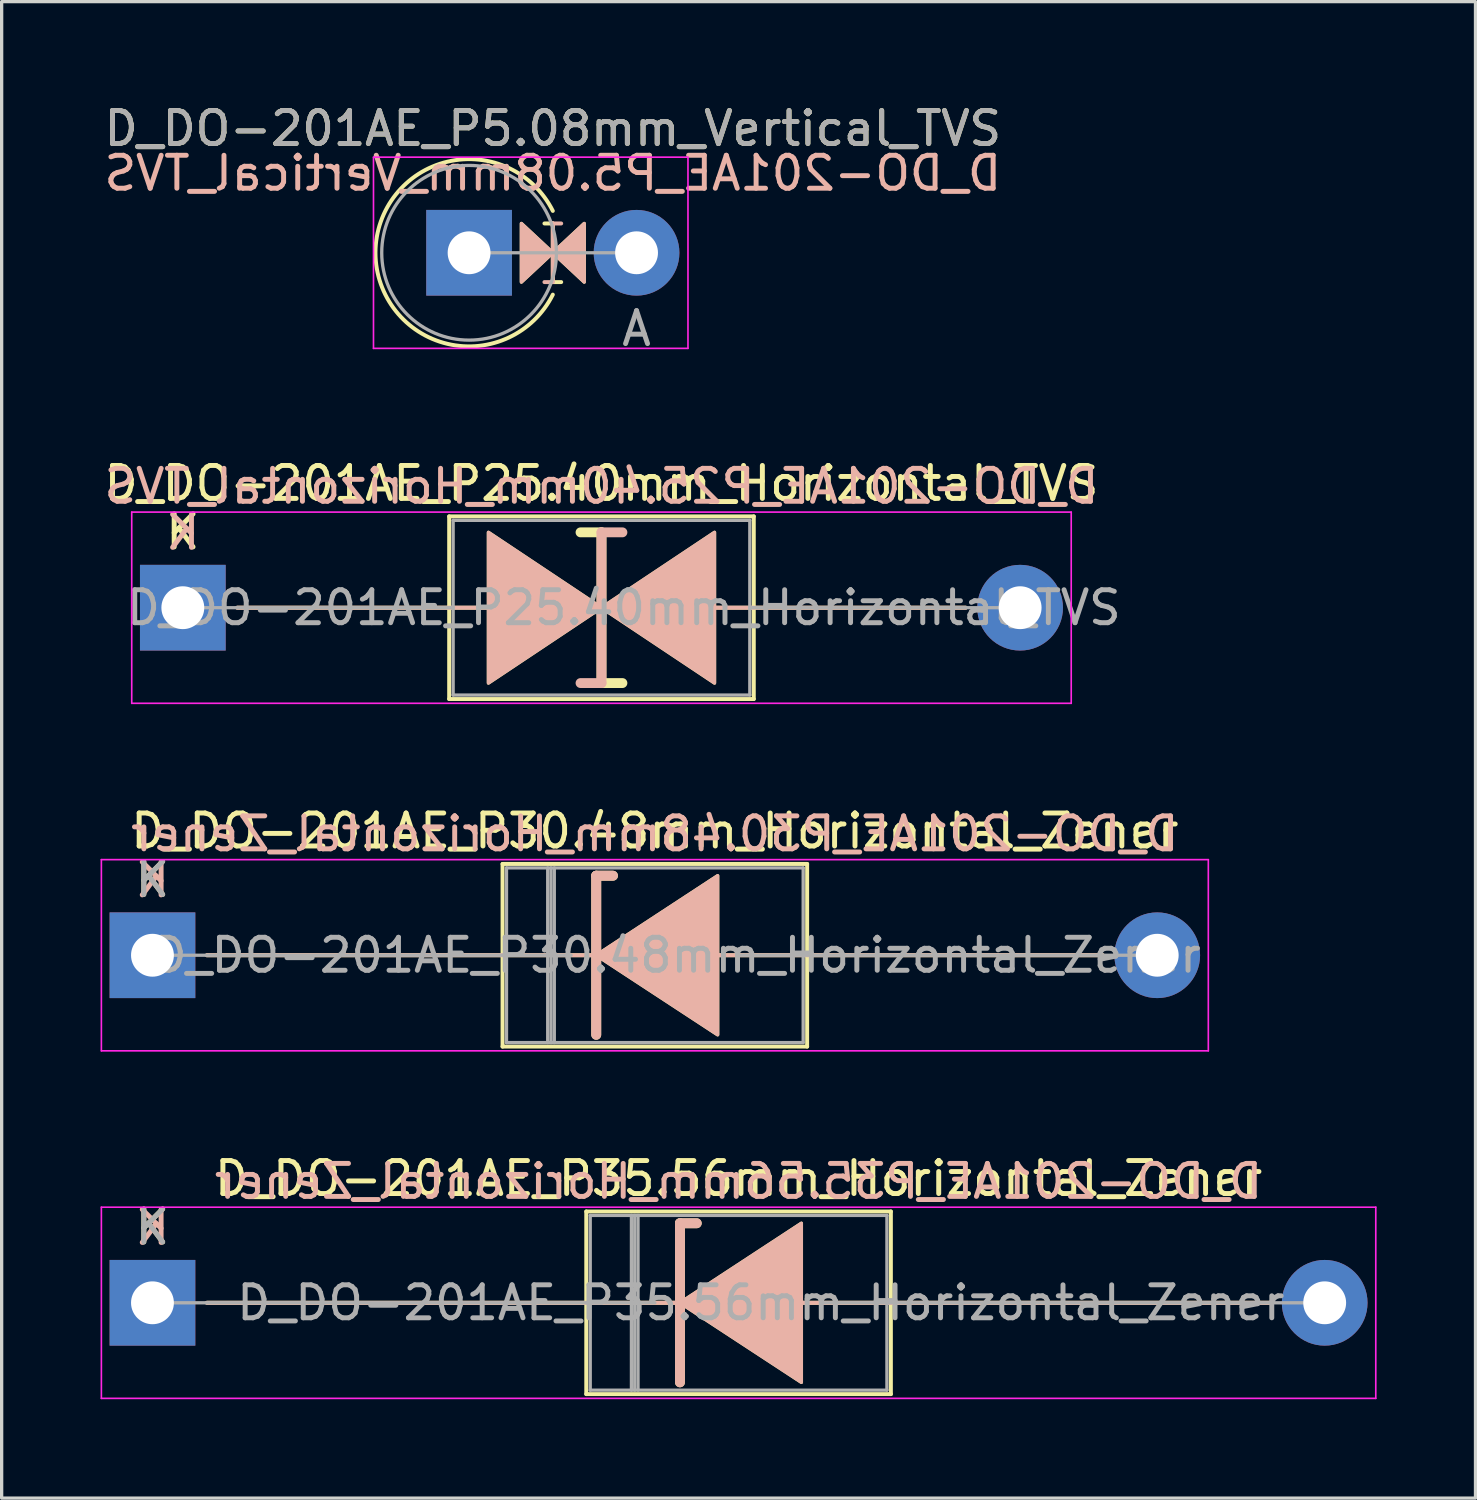
<source format=kicad_pcb>
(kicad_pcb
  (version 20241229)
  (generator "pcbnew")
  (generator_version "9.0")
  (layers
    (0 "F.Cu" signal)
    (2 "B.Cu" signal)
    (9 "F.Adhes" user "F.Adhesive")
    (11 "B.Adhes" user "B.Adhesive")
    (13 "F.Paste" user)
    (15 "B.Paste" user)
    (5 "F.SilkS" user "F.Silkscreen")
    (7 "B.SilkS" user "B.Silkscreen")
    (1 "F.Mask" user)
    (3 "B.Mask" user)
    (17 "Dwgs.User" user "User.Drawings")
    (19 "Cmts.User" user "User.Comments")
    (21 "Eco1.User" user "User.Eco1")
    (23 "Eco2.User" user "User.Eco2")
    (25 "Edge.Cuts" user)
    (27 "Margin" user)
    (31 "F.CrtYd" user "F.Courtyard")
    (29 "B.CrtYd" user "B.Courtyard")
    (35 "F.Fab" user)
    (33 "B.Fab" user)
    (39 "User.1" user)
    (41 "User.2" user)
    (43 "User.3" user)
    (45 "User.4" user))
  (footprint "D_DO-201AE_P25.40mm_Horizontal_TVS"
    (layer "F.Cu")
    (at 2.496 15.385)
    (property "Reference" "D_DO-201AE_P25.40mm_Horizontal_TVS" (at 12.7 -3.77 0) (layer "F.SilkS") (effects (font (size 1 1) (thickness 0.15))))
    (fp_line (start 1.651 0) (end 8.08 0) (stroke (width 0.12) (type solid)) (layer "F.SilkS"))
    (fp_line (start 8.08 -2.77) (end 8.08 2.77) (stroke (width 0.12) (type solid)) (layer "F.SilkS"))
    (fp_line (start 8.08 0) (end 9.271 0) (stroke (width 0.12) (type solid)) (layer "F.SilkS"))
    (fp_line (start 8.08 2.77) (end 17.32 2.77) (stroke (width 0.12) (type solid)) (layer "F.SilkS"))
    (fp_line (start 12.7 -2.286) (end 12.065 -2.286) (stroke (width 0.3) (type solid)) (layer "F.SilkS"))
    (fp_line (start 12.7 2.286) (end 12.7 -2.286) (stroke (width 0.3) (type solid)) (layer "F.SilkS"))
    (fp_line (start 13.335 2.286) (end 12.7 2.286) (stroke (width 0.3) (type solid)) (layer "F.SilkS"))
    (fp_line (start 16.129 0) (end 17.32 0) (stroke (width 0.12) (type solid)) (layer "F.SilkS"))
    (fp_line (start 17.32 -2.77) (end 8.08 -2.77) (stroke (width 0.12) (type solid)) (layer "F.SilkS"))
    (fp_line (start 17.32 2.77) (end 17.32 -2.77) (stroke (width 0.12) (type solid)) (layer "F.SilkS"))
    (fp_line (start 23.749 0) (end 17.32 0) (stroke (width 0.12) (type solid)) (layer "F.SilkS"))
    (fp_poly (pts (xy 12.7 0) (xy 9.271 2.286) (xy 9.271 -2.286)) (stroke (width 0.1) (type solid)) (fill yes) (layer "F.SilkS"))
    (fp_poly (pts (xy 12.7 0) (xy 16.129 -2.286) (xy 16.129 2.286)) (stroke (width 0.1) (type solid)) (fill yes) (layer "F.SilkS"))
    (fp_line (start 1.651 0) (end 8.08 0) (stroke (width 0.12) (type solid)) (layer "B.SilkS"))
    (fp_line (start 8.08 0) (end 9.271 0) (stroke (width 0.12) (type solid)) (layer "B.SilkS"))
    (fp_line (start 12.7 -2.286) (end 12.7 2.286) (stroke (width 0.3) (type solid)) (layer "B.SilkS"))
    (fp_line (start 12.7 2.286) (end 12.065 2.286) (stroke (width 0.3) (type solid)) (layer "B.SilkS"))
    (fp_line (start 13.335 -2.286) (end 12.7 -2.286) (stroke (width 0.3) (type solid)) (layer "B.SilkS"))
    (fp_line (start 16.129 0) (end 17.32 0) (stroke (width 0.12) (type solid)) (layer "B.SilkS"))
    (fp_line (start 23.749 0) (end 17.32 0) (stroke (width 0.12) (type solid)) (layer "B.SilkS"))
    (fp_poly (pts (xy 12.7 0) (xy 9.271 -2.286) (xy 9.271 2.286)) (stroke (width 0.1) (type solid)) (fill yes) (layer "B.SilkS"))
    (fp_poly (pts (xy 12.7 0) (xy 16.129 2.286) (xy 16.129 -2.286)) (stroke (width 0.1) (type solid)) (fill yes) (layer "B.SilkS"))
    (fp_line (start -1.55 -2.9) (end -1.55 2.9) (stroke (width 0.05) (type solid)) (layer "F.CrtYd"))
    (fp_line (start -1.55 2.9) (end 26.95 2.9) (stroke (width 0.05) (type solid)) (layer "F.CrtYd"))
    (fp_line (start 26.95 -2.9) (end -1.55 -2.9) (stroke (width 0.05) (type solid)) (layer "F.CrtYd"))
    (fp_line (start 26.95 2.9) (end 26.95 -2.9) (stroke (width 0.05) (type solid)) (layer "F.CrtYd"))
    (fp_line (start 0 0) (end 8.2 0) (stroke (width 0.1) (type solid)) (layer "F.Fab"))
    (fp_line (start 8.2 -2.65) (end 8.2 2.65) (stroke (width 0.1) (type solid)) (layer "F.Fab"))
    (fp_line (start 8.2 2.65) (end 17.2 2.65) (stroke (width 0.1) (type solid)) (layer "F.Fab"))
    (fp_line (start 17.2 -2.65) (end 8.2 -2.65) (stroke (width 0.1) (type solid)) (layer "F.Fab"))
    (fp_line (start 17.2 2.65) (end 17.2 -2.65) (stroke (width 0.1) (type solid)) (layer "F.Fab"))
    (fp_line (start 25.4 0) (end 17.2 0) (stroke (width 0.1) (type solid)) (layer "F.Fab"))
    (fp_text user "K" (at 0 -2.3 0) (layer "F.SilkS") (effects (font (size 1 1) (thickness 0.15))))
    (fp_text user "${REFERENCE}" (at 12.7 -3.683 0) (layer "B.SilkS") (effects (font (size 1 1) (thickness 0.15)) (justify mirror)))
    (fp_text user "K" (at 0 -2.286 0) (layer "B.SilkS") (effects (font (size 1 1) (thickness 0.15)) (justify mirror)))
    (fp_text user "${REFERENCE}" (at 13.375 0 0) (layer "F.Fab") (effects (font (size 1 1) (thickness 0.15))))
    (pad "1" thru_hole rect (at 0 0) (size 2.6 2.6) (drill 1.3) (layers "*.Cu" "*.Mask"))
    (pad "2" thru_hole oval (at 25.4 0) (size 2.6 2.6) (drill 1.3) (layers "*.Cu" "*.Mask")))
  (footprint "D_DO-201AE_P30.48mm_Horizontal_Zener"
    (layer "F.Cu")
    (at 1.575 25.928)
    (property "Reference" "D_DO-201AE_P30.48mm_Horizontal_Zener" (at 15.24 -3.77 0) (layer "F.SilkS") (effects (font (size 1 1) (thickness 0.15))))
    (fp_line (start 1.651 0) (end 10.62 0) (stroke (width 0.12) (type solid)) (layer "F.SilkS"))
    (fp_line (start 10.62 -2.77) (end 10.62 2.77) (stroke (width 0.12) (type solid)) (layer "F.SilkS"))
    (fp_line (start 10.62 2.77) (end 19.86 2.77) (stroke (width 0.12) (type solid)) (layer "F.SilkS"))
    (fp_line (start 13.462 -2.413) (end 13.462 2.413) (stroke (width 0.3) (type solid)) (layer "F.SilkS"))
    (fp_line (start 13.462 -2.413) (end 13.97 -2.413) (stroke (width 0.3) (type solid)) (layer "F.SilkS"))
    (fp_line (start 13.589 0) (end 10.62 0) (stroke (width 0.12) (type solid)) (layer "F.SilkS"))
    (fp_line (start 17.145 0) (end 19.86 0) (stroke (width 0.12) (type solid)) (layer "F.SilkS"))
    (fp_line (start 19.86 -2.77) (end 10.62 -2.77) (stroke (width 0.12) (type solid)) (layer "F.SilkS"))
    (fp_line (start 19.86 2.77) (end 19.86 -2.77) (stroke (width 0.12) (type solid)) (layer "F.SilkS"))
    (fp_line (start 28.829 0) (end 19.86 0) (stroke (width 0.12) (type solid)) (layer "F.SilkS"))
    (fp_poly (pts (xy 17.145 2.413) (xy 13.462 0) (xy 17.145 -2.413)) (stroke (width 0.1) (type solid)) (fill yes) (layer "F.SilkS"))
    (fp_line (start 1.651 0) (end 10.62 0) (stroke (width 0.12) (type solid)) (layer "B.SilkS"))
    (fp_line (start 13.462 -2.413) (end 13.97 -2.413) (stroke (width 0.3) (type solid)) (layer "B.SilkS"))
    (fp_line (start 13.462 2.413) (end 13.462 -2.413) (stroke (width 0.3) (type solid)) (layer "B.SilkS"))
    (fp_line (start 13.589 0) (end 10.62 0) (stroke (width 0.12) (type solid)) (layer "B.SilkS"))
    (fp_line (start 17.145 0) (end 19.86 0) (stroke (width 0.12) (type solid)) (layer "B.SilkS"))
    (fp_line (start 28.829 0) (end 19.86 0) (stroke (width 0.12) (type solid)) (layer "B.SilkS"))
    (fp_poly (pts (xy 17.145 -2.413) (xy 13.462 0) (xy 17.145 2.413)) (stroke (width 0.1) (type solid)) (fill yes) (layer "B.SilkS"))
    (fp_line (start -1.55 -2.9) (end -1.55 2.9) (stroke (width 0.05) (type solid)) (layer "F.CrtYd"))
    (fp_line (start -1.55 2.9) (end 32.03 2.9) (stroke (width 0.05) (type solid)) (layer "F.CrtYd"))
    (fp_line (start 32.03 -2.9) (end -1.55 -2.9) (stroke (width 0.05) (type solid)) (layer "F.CrtYd"))
    (fp_line (start 32.03 2.9) (end 32.03 -2.9) (stroke (width 0.05) (type solid)) (layer "F.CrtYd"))
    (fp_line (start 0 0) (end 12.7 0) (stroke (width 0.1) (type solid)) (layer "F.Fab"))
    (fp_line (start 10.74 -2.65) (end 10.74 2.65) (stroke (width 0.1) (type solid)) (layer "F.Fab"))
    (fp_line (start 10.74 2.65) (end 19.74 2.65) (stroke (width 0.1) (type solid)) (layer "F.Fab"))
    (fp_line (start 11.99 -2.65) (end 11.99 2.65) (stroke (width 0.1) (type solid)) (layer "F.Fab"))
    (fp_line (start 12.09 -2.65) (end 12.09 2.65) (stroke (width 0.1) (type solid)) (layer "F.Fab"))
    (fp_line (start 12.19 -2.65) (end 12.19 2.65) (stroke (width 0.1) (type solid)) (layer "F.Fab"))
    (fp_line (start 19.74 -2.65) (end 10.74 -2.65) (stroke (width 0.1) (type solid)) (layer "F.Fab"))
    (fp_line (start 19.74 2.65) (end 19.74 -2.65) (stroke (width 0.1) (type solid)) (layer "F.Fab"))
    (fp_line (start 30.48 0) (end 17.78 0) (stroke (width 0.1) (type solid)) (layer "F.Fab"))
    (fp_text user "K" (at 0 -2.3 0) (layer "F.SilkS") (effects (font (size 1 1) (thickness 0.15))))
    (fp_text user "K" (at 0 -2.286 0) (layer "B.SilkS") (effects (font (size 1 1) (thickness 0.15)) (justify mirror)))
    (fp_text user "${REFERENCE}" (at 15.24 -3.683 0) (layer "B.SilkS") (effects (font (size 1 1) (thickness 0.15)) (justify mirror)))
    (fp_text user "K" (at 0 -2.3 0) (layer "F.Fab") (effects (font (size 1 1) (thickness 0.15))))
    (fp_text user "${REFERENCE}" (at 15.915 0 0) (layer "F.Fab") (effects (font (size 1 1) (thickness 0.15))))
    (pad "1" thru_hole rect (at 0 0) (size 2.6 2.6) (drill 1.3) (layers "*.Cu" "*.Mask"))
    (pad "2" thru_hole oval (at 30.48 0) (size 2.6 2.6) (drill 1.3) (layers "*.Cu" "*.Mask")))
  (footprint "D_DO-201AE_P5.08mm_Vertical_TVS"
    (layer "F.Cu")
    (at 11.18 4.618)
    (property "Reference" "D_DO-201AE_P5.08mm_Vertical_TVS" (at 2.54 -3.77 0) (layer "F.SilkS") (effects (font (size 1 1) (thickness 0.15))))
    (fp_line (start 2.54 -0.889) (end 2.286 -0.889) (stroke (width 0.12) (type solid)) (layer "F.SilkS"))
    (fp_line (start 2.54 -0.889) (end 2.54 0.889) (stroke (width 0.12) (type solid)) (layer "F.SilkS"))
    (fp_line (start 2.54 0.889) (end 2.794 0.889) (stroke (width 0.12) (type solid)) (layer "F.SilkS"))
    (fp_arc (start 2.539999 1.27) (mid -2.839805 0) (end 2.539999 -1.269999) (stroke (width 0.12) (type solid)) (layer "F.SilkS"))
    (fp_poly (pts (xy 1.587 -0.889) (xy 2.54 0) (xy 1.587 0.889)) (stroke (width 0.1) (type solid)) (fill yes) (layer "F.SilkS"))
    (fp_poly (pts (xy 3.493 0.889) (xy 2.54 0) (xy 3.493 -0.889)) (stroke (width 0.1) (type solid)) (fill yes) (layer "F.SilkS"))
    (fp_line (start 2.54 -0.889) (end 2.794 -0.889) (stroke (width 0.12) (type solid)) (layer "B.SilkS"))
    (fp_line (start 2.54 0.889) (end 2.286 0.889) (stroke (width 0.12) (type solid)) (layer "B.SilkS"))
    (fp_line (start 2.54 0.889) (end 2.54 -0.889) (stroke (width 0.12) (type solid)) (layer "B.SilkS"))
    (fp_poly (pts (xy 1.587 0.889) (xy 2.54 0) (xy 1.587 -0.889)) (stroke (width 0.1) (type solid)) (fill yes) (layer "B.SilkS"))
    (fp_poly (pts (xy 3.493 -0.889) (xy 2.54 0) (xy 3.493 0.889)) (stroke (width 0.1) (type solid)) (fill yes) (layer "B.SilkS"))
    (fp_line (start -2.9 -2.9) (end -2.9 2.9) (stroke (width 0.05) (type solid)) (layer "F.CrtYd"))
    (fp_line (start -2.9 2.9) (end 6.64 2.9) (stroke (width 0.05) (type solid)) (layer "F.CrtYd"))
    (fp_line (start 6.64 -2.9) (end -2.9 -2.9) (stroke (width 0.05) (type solid)) (layer "F.CrtYd"))
    (fp_line (start 6.64 2.9) (end 6.64 -2.9) (stroke (width 0.05) (type solid)) (layer "F.CrtYd"))
    (fp_line (start 0 0) (end 5.08 0) (stroke (width 0.1) (type solid)) (layer "F.Fab"))
    (fp_circle (center 0 0) (end 2.65 0) (stroke (width 0.1) (type solid)) (fill no) (layer "F.Fab"))
    (fp_text user "${REFERENCE}" (at 2.54 -2.413 0) (layer "B.SilkS") (effects (font (size 1 1) (thickness 0.15)) (justify mirror)))
    (fp_text user "A" (at 5.08 2.3 0) (layer "F.Fab") (effects (font (size 1 1) (thickness 0.15))))
    (fp_text user "${REFERENCE}" (at 2.54 -3.77 0) (layer "F.Fab") (effects (font (size 1 1) (thickness 0.15))))
    (pad "1" thru_hole rect (at 0 0) (size 2.6 2.6) (drill 1.3) (layers "*.Cu" "*.Mask"))
    (pad "2" thru_hole oval (at 5.08 0) (size 2.6 2.6) (drill 1.3) (layers "*.Cu" "*.Mask")))
  (footprint "D_DO-201AE_P35.56mm_Horizontal_Zener"
    (layer "F.Cu")
    (at 1.575 36.471)
    (property "Reference" "D_DO-201AE_P35.56mm_Horizontal_Zener" (at 17.78 -3.77 0) (layer "F.SilkS") (effects (font (size 1 1) (thickness 0.15))))
    (fp_line (start 1.651 0) (end 13.16 0) (stroke (width 0.12) (type solid)) (layer "F.SilkS"))
    (fp_line (start 13.16 -2.77) (end 13.16 2.77) (stroke (width 0.12) (type solid)) (layer "F.SilkS"))
    (fp_line (start 13.16 2.77) (end 22.4 2.77) (stroke (width 0.12) (type solid)) (layer "F.SilkS"))
    (fp_line (start 16.002 -2.413) (end 16.002 2.413) (stroke (width 0.3) (type solid)) (layer "F.SilkS"))
    (fp_line (start 16.002 -2.413) (end 16.51 -2.413) (stroke (width 0.3) (type solid)) (layer "F.SilkS"))
    (fp_line (start 16.129 0) (end 13.16 0) (stroke (width 0.12) (type solid)) (layer "F.SilkS"))
    (fp_line (start 19.685 0) (end 22.4 0) (stroke (width 0.12) (type solid)) (layer "F.SilkS"))
    (fp_line (start 22.4 -2.77) (end 13.16 -2.77) (stroke (width 0.12) (type solid)) (layer "F.SilkS"))
    (fp_line (start 22.4 2.77) (end 22.4 -2.77) (stroke (width 0.12) (type solid)) (layer "F.SilkS"))
    (fp_line (start 33.909 0) (end 22.4 0) (stroke (width 0.12) (type solid)) (layer "F.SilkS"))
    (fp_poly (pts (xy 19.685 2.413) (xy 16.002 0) (xy 19.685 -2.413)) (stroke (width 0.1) (type solid)) (fill yes) (layer "F.SilkS"))
    (fp_line (start 1.651 0) (end 13.16 0) (stroke (width 0.12) (type solid)) (layer "B.SilkS"))
    (fp_line (start 16.002 -2.413) (end 16.51 -2.413) (stroke (width 0.3) (type solid)) (layer "B.SilkS"))
    (fp_line (start 16.002 2.413) (end 16.002 -2.413) (stroke (width 0.3) (type solid)) (layer "B.SilkS"))
    (fp_line (start 16.129 0) (end 13.16 0) (stroke (width 0.12) (type solid)) (layer "B.SilkS"))
    (fp_line (start 19.685 0) (end 22.4 0) (stroke (width 0.12) (type solid)) (layer "B.SilkS"))
    (fp_line (start 33.909 0) (end 22.4 0) (stroke (width 0.12) (type solid)) (layer "B.SilkS"))
    (fp_poly (pts (xy 19.685 -2.413) (xy 16.002 0) (xy 19.685 2.413)) (stroke (width 0.1) (type solid)) (fill yes) (layer "B.SilkS"))
    (fp_line (start -1.55 -2.9) (end -1.55 2.9) (stroke (width 0.05) (type solid)) (layer "F.CrtYd"))
    (fp_line (start -1.55 2.9) (end 37.11 2.9) (stroke (width 0.05) (type solid)) (layer "F.CrtYd"))
    (fp_line (start 37.11 -2.9) (end -1.55 -2.9) (stroke (width 0.05) (type solid)) (layer "F.CrtYd"))
    (fp_line (start 37.11 2.9) (end 37.11 -2.9) (stroke (width 0.05) (type solid)) (layer "F.CrtYd"))
    (fp_line (start 0 0) (end 15.24 0) (stroke (width 0.1) (type solid)) (layer "F.Fab"))
    (fp_line (start 13.28 -2.65) (end 13.28 2.65) (stroke (width 0.1) (type solid)) (layer "F.Fab"))
    (fp_line (start 13.28 2.65) (end 22.28 2.65) (stroke (width 0.1) (type solid)) (layer "F.Fab"))
    (fp_line (start 14.53 -2.65) (end 14.53 2.65) (stroke (width 0.1) (type solid)) (layer "F.Fab"))
    (fp_line (start 14.63 -2.65) (end 14.63 2.65) (stroke (width 0.1) (type solid)) (layer "F.Fab"))
    (fp_line (start 14.73 -2.65) (end 14.73 2.65) (stroke (width 0.1) (type solid)) (layer "F.Fab"))
    (fp_line (start 22.28 -2.65) (end 13.28 -2.65) (stroke (width 0.1) (type solid)) (layer "F.Fab"))
    (fp_line (start 22.28 2.65) (end 22.28 -2.65) (stroke (width 0.1) (type solid)) (layer "F.Fab"))
    (fp_line (start 35.56 0) (end 20.32 0) (stroke (width 0.1) (type solid)) (layer "F.Fab"))
    (fp_text user "K" (at 0 -2.3 0) (layer "F.SilkS") (effects (font (size 1 1) (thickness 0.15))))
    (fp_text user "K" (at 0 -2.286 0) (layer "B.SilkS") (effects (font (size 1 1) (thickness 0.15)) (justify mirror)))
    (fp_text user "${REFERENCE}" (at 17.78 -3.683 0) (layer "B.SilkS") (effects (font (size 1 1) (thickness 0.15)) (justify mirror)))
    (fp_text user "${REFERENCE}" (at 18.455 0 0) (layer "F.Fab") (effects (font (size 1 1) (thickness 0.15))))
    (fp_text user "K" (at 0 -2.3 0) (layer "F.Fab") (effects (font (size 1 1) (thickness 0.15))))
    (pad "1" thru_hole rect (at 0 0) (size 2.6 2.6) (drill 1.3) (layers "*.Cu" "*.Mask"))
    (pad "2" thru_hole oval (at 35.56 0) (size 2.6 2.6) (drill 1.3) (layers "*.Cu" "*.Mask")))
  (gr_rect
    (start -3 -3)
    (end 41.71 42.396)
    (stroke (width 0.1) (type default))
    (fill no)
    (layer "Edge.Cuts")))
</source>
